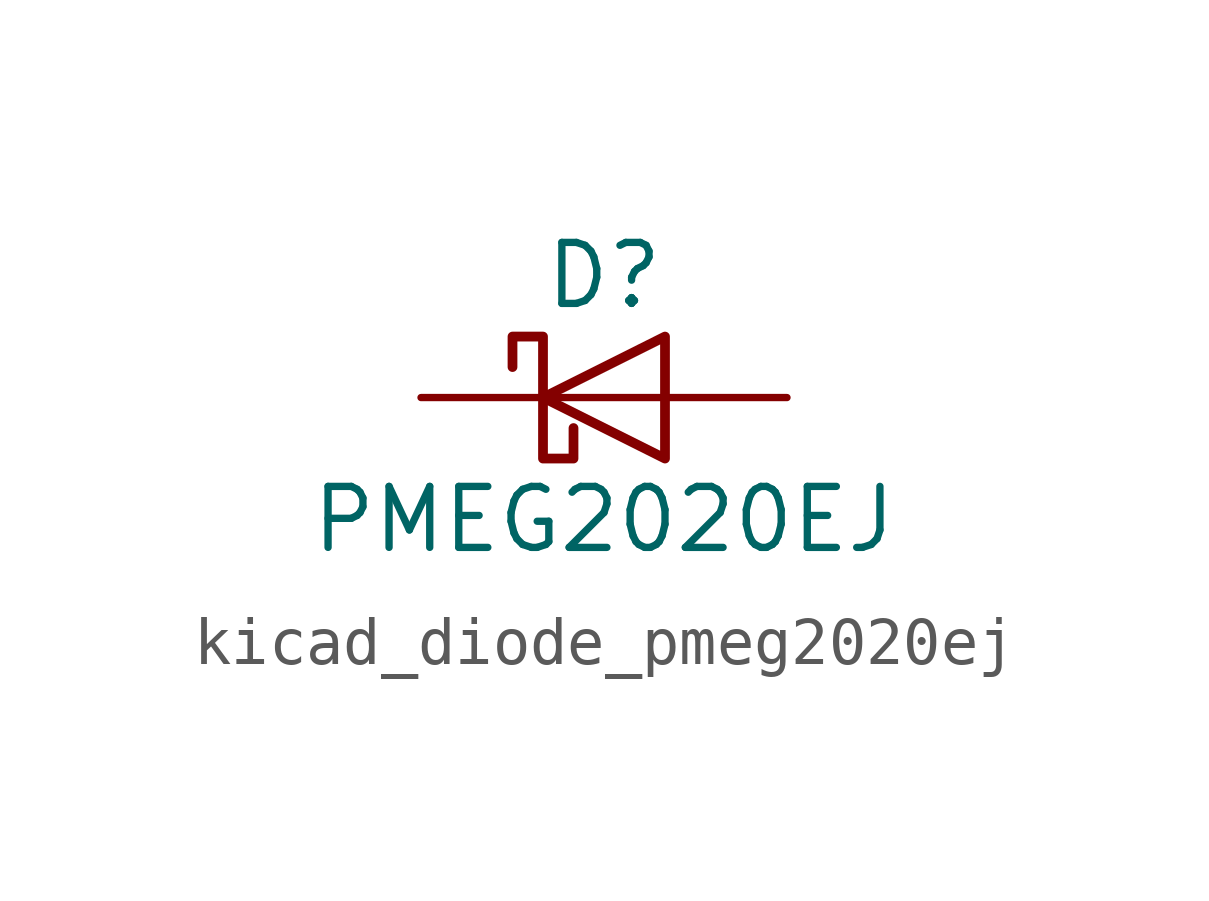
<source format=kicad_sym>
(kicad_symbol_lib
  (version 20220914)
  (generator kicad_symbol_editor)
  (symbol "kicad_diode_pmeg2020ej"
    (pin_numbers hide)
    (pin_names hide)
    (property "Reference" "D"
      (at 0 2.54 0)
      (effects (font (size 1.27 1.27))))
    (property "Value" "PMEG2020EJ"
      (at 0 -2.54 0)
      (effects (font (size 1.27 1.27))))
    (symbol "kicad_diode_pmeg2020ej_0_1"
      (polyline (pts (xy 1.27 0) (xy -1.27 0)) (stroke (width 0) (type default)) (fill (type none)))
      (polyline (pts (xy 1.27 1.27) (xy 1.27 -1.27) (xy -1.27 0) (xy 1.27 1.27)) (stroke (width 0.203) (type default)) (fill (type none)))
      (polyline (pts (xy -1.905 0.635) (xy -1.905 1.27) (xy -1.27 1.27) (xy -1.27 -1.27) (xy -0.635 -1.27) (xy -0.635 -0.635)) (stroke (width 0.203) (type default)) (fill (type none))))
    (symbol "kicad_diode_pmeg2020ej_1_1"
      (pin passive line (at -3.81 0 0) (length 2.54) (name "K" (effects (font (size 1.27 1.27)))) (number "1" (effects (font (size 1.27 1.27)))))
      (pin passive line (at 3.81 0 180) (length 2.54) (name "A" (effects (font (size 1.27 1.27)))) (number "2" (effects (font (size 1.27 1.27))))))))
</source>
